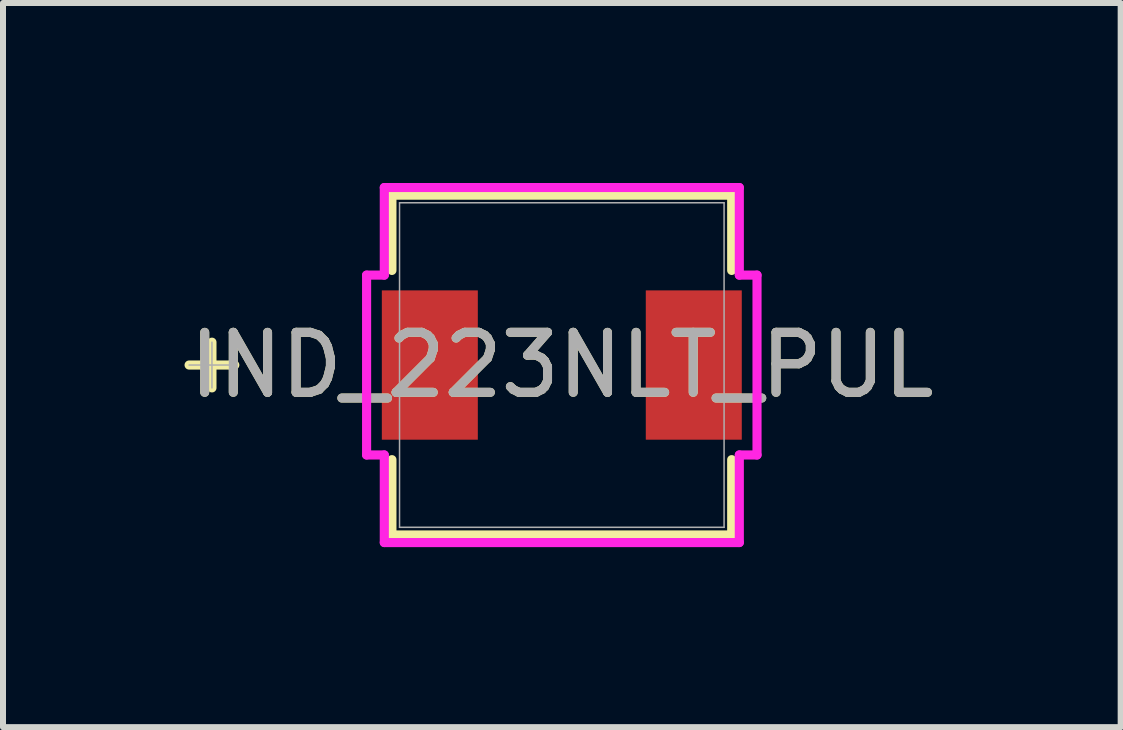
<source format=kicad_pcb>
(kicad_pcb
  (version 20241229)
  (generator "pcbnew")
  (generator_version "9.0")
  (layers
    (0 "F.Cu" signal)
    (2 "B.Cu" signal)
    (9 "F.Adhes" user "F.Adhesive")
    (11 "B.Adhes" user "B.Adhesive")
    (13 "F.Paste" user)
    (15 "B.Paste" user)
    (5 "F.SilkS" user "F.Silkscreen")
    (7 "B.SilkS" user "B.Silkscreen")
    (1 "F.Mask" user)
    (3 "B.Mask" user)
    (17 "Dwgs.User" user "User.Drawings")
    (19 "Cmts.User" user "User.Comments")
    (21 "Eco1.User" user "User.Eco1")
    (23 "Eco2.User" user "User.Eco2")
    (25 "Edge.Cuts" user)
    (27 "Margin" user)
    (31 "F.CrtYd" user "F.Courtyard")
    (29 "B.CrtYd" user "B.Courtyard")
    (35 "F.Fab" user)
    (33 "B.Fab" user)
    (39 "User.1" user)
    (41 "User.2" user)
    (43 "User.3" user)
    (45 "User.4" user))
  (footprint "IND_223NLT_PUL"
    (layer "F.Cu")
    (at 6.315 3.035)
    (property "Reference" "IND_223NLT_PUL" (at 0 0 0) (unlocked yes) (layer "F.SilkS") (effects (font (size 1 1) (thickness 0.15))))
    (attr smd)
    (fp_line (start -5.832 -0.381) (end -5.832 0.381) (stroke (width 0.152) (type solid)) (layer "F.SilkS"))
    (fp_line (start -5.451 0) (end -6.213 0) (stroke (width 0.152) (type solid)) (layer "F.SilkS"))
    (fp_line (start -2.832 -2.832) (end -2.832 -1.577) (stroke (width 0.152) (type solid)) (layer "F.SilkS"))
    (fp_line (start -2.832 1.577) (end -2.832 2.832) (stroke (width 0.152) (type solid)) (layer "F.SilkS"))
    (fp_line (start -2.832 2.832) (end 2.832 2.832) (stroke (width 0.152) (type solid)) (layer "F.SilkS"))
    (fp_line (start 2.832 -2.832) (end -2.832 -2.832) (stroke (width 0.152) (type solid)) (layer "F.SilkS"))
    (fp_line (start 2.832 -1.577) (end 2.832 -2.832) (stroke (width 0.152) (type solid)) (layer "F.SilkS"))
    (fp_line (start 2.832 2.832) (end 2.832 1.577) (stroke (width 0.152) (type solid)) (layer "F.SilkS"))
    (fp_line (start -3.254 -1.499) (end -2.959 -1.499) (stroke (width 0.152) (type solid)) (layer "F.CrtYd"))
    (fp_line (start -3.254 1.499) (end -3.254 -1.499) (stroke (width 0.152) (type solid)) (layer "F.CrtYd"))
    (fp_line (start -2.959 -2.959) (end 2.959 -2.959) (stroke (width 0.152) (type solid)) (layer "F.CrtYd"))
    (fp_line (start -2.959 -1.499) (end -2.959 -2.959) (stroke (width 0.152) (type solid)) (layer "F.CrtYd"))
    (fp_line (start -2.959 1.499) (end -3.254 1.499) (stroke (width 0.152) (type solid)) (layer "F.CrtYd"))
    (fp_line (start -2.959 2.959) (end -2.959 1.499) (stroke (width 0.152) (type solid)) (layer "F.CrtYd"))
    (fp_line (start 2.959 -2.959) (end 2.959 -1.499) (stroke (width 0.152) (type solid)) (layer "F.CrtYd"))
    (fp_line (start 2.959 -1.499) (end 3.254 -1.499) (stroke (width 0.152) (type solid)) (layer "F.CrtYd"))
    (fp_line (start 2.959 1.499) (end 2.959 2.959) (stroke (width 0.152) (type solid)) (layer "F.CrtYd"))
    (fp_line (start 2.959 2.959) (end -2.959 2.959) (stroke (width 0.152) (type solid)) (layer "F.CrtYd"))
    (fp_line (start 3.254 -1.499) (end 3.254 1.499) (stroke (width 0.152) (type solid)) (layer "F.CrtYd"))
    (fp_line (start 3.254 1.499) (end 2.959 1.499) (stroke (width 0.152) (type solid)) (layer "F.CrtYd"))
    (fp_line (start -5.832 -0.381) (end -5.832 0.381) (stroke (width 0.025) (type solid)) (layer "F.Fab"))
    (fp_line (start -5.451 0) (end -6.213 0) (stroke (width 0.025) (type solid)) (layer "F.Fab"))
    (fp_line (start -2.705 -2.705) (end -2.705 2.705) (stroke (width 0.025) (type solid)) (layer "F.Fab"))
    (fp_line (start -2.705 2.705) (end 2.705 2.705) (stroke (width 0.025) (type solid)) (layer "F.Fab"))
    (fp_line (start 2.705 -2.705) (end -2.705 -2.705) (stroke (width 0.025) (type solid)) (layer "F.Fab"))
    (fp_line (start 2.705 2.705) (end 2.705 -2.705) (stroke (width 0.025) (type solid)) (layer "F.Fab"))
    (fp_text user "${REFERENCE}" (at 0 0 0) (unlocked yes) (layer "F.Fab") (effects (font (size 1 1) (thickness 0.15))))
    (pad "1" smd rect (at -2.2 0) (size 1.6 2.489) (layers "F.Cu" "F.Mask" "F.Paste"))
    (pad "2" smd rect (at 2.2 0) (size 1.6 2.489) (layers "F.Cu" "F.Mask" "F.Paste"))
    (zone (net_name "") (layer "F.Cu") (hatch full 0.508) (connect_pads) (min_thickness 0.254) (filled_areas_thickness no) (keepout (tracks not_allowed) (vias not_allowed) (pads allowed) (copperpour not_allowed) (footprints allowed)) (placement (enabled no)) (fill) (polygon (pts (xy 3.661 0.381) (xy 8.97 0.381) (xy 8.97 1.74) (xy 3.661 1.74))))
    (zone (net_name "") (layer "F.Cu") (hatch full 0.508) (connect_pads) (min_thickness 0.254) (filled_areas_thickness no) (keepout (tracks not_allowed) (vias not_allowed) (pads allowed) (copperpour not_allowed) (footprints allowed)) (placement (enabled no)) (fill) (polygon (pts (xy 3.661 4.331) (xy 8.97 4.331) (xy 8.97 5.69) (xy 3.661 5.69))))
    (zone (net_name "") (layer "F.Cu") (hatch full 0.508) (connect_pads) (min_thickness 0.254) (filled_areas_thickness no) (keepout (tracks not_allowed) (vias not_allowed) (pads allowed) (copperpour not_allowed) (footprints allowed)) (placement (enabled no)) (fill) (polygon (pts (xy 4.712 1.74) (xy 7.919 1.74) (xy 7.919 4.331) (xy 4.712 4.331)))))
  (gr_rect
    (start -3 -3)
    (end 15.631 9.071)
    (stroke (width 0.1) (type default))
    (fill no)
    (layer "Edge.Cuts")))
</source>
